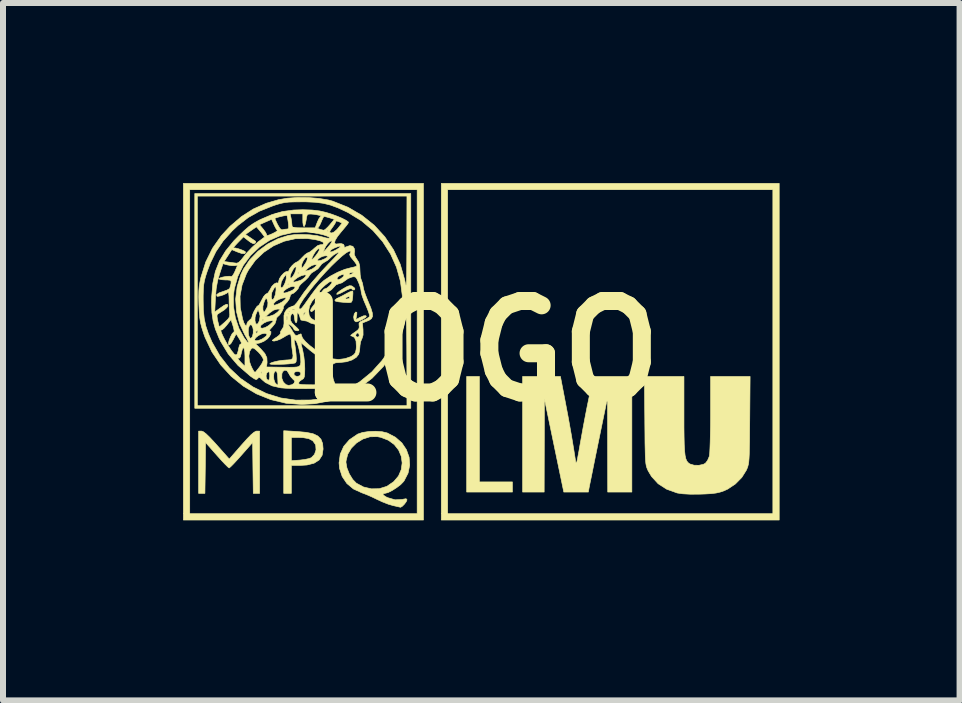
<source format=kicad_pcb>
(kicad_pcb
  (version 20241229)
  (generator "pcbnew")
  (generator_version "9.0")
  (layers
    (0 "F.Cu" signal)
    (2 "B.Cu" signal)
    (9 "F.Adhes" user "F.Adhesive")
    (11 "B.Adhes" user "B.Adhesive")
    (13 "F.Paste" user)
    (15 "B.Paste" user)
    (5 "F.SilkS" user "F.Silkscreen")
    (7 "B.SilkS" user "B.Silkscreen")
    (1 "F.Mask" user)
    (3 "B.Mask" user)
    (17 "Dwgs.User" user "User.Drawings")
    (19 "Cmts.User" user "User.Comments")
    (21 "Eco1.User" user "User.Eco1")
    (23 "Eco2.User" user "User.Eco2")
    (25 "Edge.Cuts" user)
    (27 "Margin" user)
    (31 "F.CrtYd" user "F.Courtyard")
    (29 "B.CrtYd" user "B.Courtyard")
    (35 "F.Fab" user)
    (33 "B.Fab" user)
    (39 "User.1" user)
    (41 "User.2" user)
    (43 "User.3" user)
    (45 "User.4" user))
  (footprint "LOGO"
    (layer "F.Cu")
    (at 4.958 2.799)
    (property "Reference" "LOGO" (at 0 0 0) (layer "F.SilkS") (effects (font (size 1.524 1.524) (thickness 0.3))))
    (attr through_hole)
    (fp_poly (pts (xy -0.021 2.18) (xy 0.529 2.18) (xy 0.529 2.349) (xy -0.233 2.349) (xy -0.233 0.423) (xy -0.021 0.423) (xy -0.021 2.18)) (stroke (width 0.01) (type solid)) (fill yes) (layer "F.SilkS"))
    (fp_poly (pts (xy -0.953 2.815) (xy -4.953 2.815) (xy -4.953 -2.688) (xy -4.847 -2.688) (xy -4.847 2.709) (xy -1.058 2.709) (xy -1.058 -2.688) (xy -4.847 -2.688) (xy -4.953 -2.688) (xy -4.953 -2.794) (xy -0.953 -2.794) (xy -0.953 2.815)) (stroke (width 0.01) (type solid)) (fill yes) (layer "F.SilkS"))
    (fp_poly (pts (xy 4.974 2.815) (xy -0.656 2.815) (xy -0.656 -2.688) (xy -0.55 -2.688) (xy -0.55 2.709) (xy 4.868 2.709) (xy 4.868 -2.688) (xy -0.55 -2.688) (xy -0.656 -2.688) (xy -0.656 -2.794) (xy 4.974 -2.794) (xy 4.974 2.815)) (stroke (width 0.01) (type solid)) (fill yes) (layer "F.SilkS"))
    (fp_poly (pts (xy -2.153 -1.087) (xy -2.139 -1.08) (xy -2.105 -1.054) (xy -2.095 -1.036) (xy -2.109 -1.017) (xy -2.136 -1.024) (xy -2.149 -1.038) (xy -2.174 -1.041) (xy -2.227 -1.02) (xy -2.275 -0.995) (xy -2.336 -0.964) (xy -2.381 -0.947) (xy -2.4 -0.948) (xy -2.389 -0.967) (xy -2.35 -1) (xy -2.297 -1.035) (xy -2.23 -1.073) (xy -2.186 -1.089) (xy -2.153 -1.087)) (stroke (width 0.01) (type solid)) (fill yes) (layer "F.SilkS"))
    (fp_poly (pts (xy -2.063 -0.645) (xy -2.064 -0.606) (xy -2.067 -0.592) (xy -2.08 -0.525) (xy -2.015 -0.559) (xy -1.948 -0.588) (xy -1.912 -0.589) (xy -1.905 -0.575) (xy -1.922 -0.557) (xy -1.964 -0.531) (xy -2.015 -0.506) (xy -2.06 -0.49) (xy -2.076 -0.487) (xy -2.101 -0.504) (xy -2.108 -0.517) (xy -2.116 -0.567) (xy -2.106 -0.618) (xy -2.084 -0.649) (xy -2.08 -0.651) (xy -2.063 -0.645)) (stroke (width 0.01) (type solid)) (fill yes) (layer "F.SilkS"))
    (fp_poly (pts (xy -2.131 -0.999) (xy -2.128 -0.97) (xy -2.131 -0.917) (xy -2.133 -0.894) (xy -2.141 -0.838) (xy -2.156 -0.813) (xy -2.191 -0.807) (xy -2.219 -0.808) (xy -2.295 -0.813) (xy -2.365 -0.82) (xy -2.419 -0.832) (xy -2.43 -0.849) (xy -2.4 -0.873) (xy -2.399 -0.874) (xy -2.26 -0.874) (xy -2.239 -0.868) (xy -2.228 -0.868) (xy -2.191 -0.876) (xy -2.18 -0.889) (xy -2.193 -0.909) (xy -2.232 -0.896) (xy -2.244 -0.889) (xy -2.26 -0.874) (xy -2.399 -0.874) (xy -2.376 -0.885) (xy -2.321 -0.912) (xy -2.253 -0.948) (xy -2.228 -0.962) (xy -2.175 -0.989) (xy -2.139 -1.001) (xy -2.131 -0.999)) (stroke (width 0.01) (type solid)) (fill yes) (layer "F.SilkS"))
    (fp_poly (pts (xy -3.057 1.34) (xy -2.907 1.354) (xy -2.793 1.377) (xy -2.713 1.415) (xy -2.661 1.468) (xy -2.633 1.54) (xy -2.625 1.632) (xy -2.641 1.736) (xy -2.691 1.814) (xy -2.775 1.868) (xy -2.893 1.898) (xy -3.005 1.905) (xy -3.154 1.905) (xy -3.154 2.371) (xy -3.281 2.371) (xy -3.281 1.826) (xy -3.154 1.826) (xy -3.01 1.816) (xy -2.929 1.806) (xy -2.86 1.791) (xy -2.82 1.776) (xy -2.768 1.721) (xy -2.743 1.647) (xy -2.748 1.571) (xy -2.756 1.552) (xy -2.798 1.494) (xy -2.864 1.459) (xy -2.96 1.442) (xy -3.022 1.44) (xy -3.154 1.439) (xy -3.154 1.826) (xy -3.281 1.826) (xy -3.281 1.327) (xy -3.057 1.34)) (stroke (width 0.01) (type solid)) (fill yes) (layer "F.SilkS"))
    (fp_poly (pts (xy -4.62 1.344) (xy -4.575 1.378) (xy -4.513 1.438) (xy -4.429 1.528) (xy -4.395 1.566) (xy -4.188 1.799) (xy -3.985 1.566) (xy -3.896 1.467) (xy -3.829 1.397) (xy -3.779 1.355) (xy -3.744 1.335) (xy -3.733 1.333) (xy -3.683 1.333) (xy -3.683 2.371) (xy -3.788 2.371) (xy -3.794 1.947) (xy -3.799 1.523) (xy -3.986 1.735) (xy -4.056 1.813) (xy -4.117 1.879) (xy -4.163 1.925) (xy -4.189 1.947) (xy -4.191 1.947) (xy -4.211 1.932) (xy -4.253 1.891) (xy -4.311 1.83) (xy -4.379 1.754) (xy -4.396 1.735) (xy -4.583 1.523) (xy -4.588 1.947) (xy -4.594 2.371) (xy -4.699 2.371) (xy -4.699 1.333) (xy -4.65 1.333) (xy -4.62 1.344)) (stroke (width 0.01) (type solid)) (fill yes) (layer "F.SilkS"))
    (fp_poly (pts (xy 1.405 0.82) (xy 1.461 1.116) (xy 1.511 1.398) (xy 1.554 1.657) (xy 1.578 1.81) (xy 1.584 1.847) (xy 1.59 1.865) (xy 1.597 1.861) (xy 1.606 1.83) (xy 1.618 1.769) (xy 1.636 1.673) (xy 1.654 1.569) (xy 1.681 1.419) (xy 1.71 1.258) (xy 1.741 1.095) (xy 1.772 0.936) (xy 1.802 0.79) (xy 1.828 0.663) (xy 1.85 0.564) (xy 1.864 0.503) (xy 1.885 0.423) (xy 2.519 0.423) (xy 2.519 2.349) (xy 2.117 2.349) (xy 2.115 1.561) (xy 2.114 0.773) (xy 1.966 1.492) (xy 1.931 1.664) (xy 1.898 1.825) (xy 1.869 1.97) (xy 1.844 2.094) (xy 1.824 2.191) (xy 1.811 2.256) (xy 1.806 2.281) (xy 1.794 2.349) (xy 1.385 2.349) (xy 1.062 0.794) (xy 1.06 1.572) (xy 1.058 2.349) (xy 0.699 2.349) (xy 0.699 0.423) (xy 1.329 0.423) (xy 1.405 0.82)) (stroke (width 0.01) (type solid)) (fill yes) (layer "F.SilkS"))
    (fp_poly (pts (xy 3.387 1.07) (xy 3.387 1.271) (xy 3.389 1.434) (xy 3.392 1.563) (xy 3.398 1.663) (xy 3.406 1.738) (xy 3.418 1.793) (xy 3.434 1.831) (xy 3.455 1.858) (xy 3.48 1.877) (xy 3.489 1.882) (xy 3.557 1.902) (xy 3.637 1.903) (xy 3.711 1.887) (xy 3.745 1.868) (xy 3.78 1.823) (xy 3.807 1.76) (xy 3.811 1.746) (xy 3.816 1.704) (xy 3.82 1.625) (xy 3.824 1.516) (xy 3.827 1.384) (xy 3.83 1.234) (xy 3.831 1.073) (xy 3.831 1.042) (xy 3.831 0.423) (xy 4.489 0.423) (xy 4.483 1.148) (xy 4.481 1.343) (xy 4.48 1.5) (xy 4.477 1.624) (xy 4.475 1.721) (xy 4.471 1.795) (xy 4.466 1.85) (xy 4.459 1.892) (xy 4.45 1.926) (xy 4.439 1.956) (xy 4.427 1.984) (xy 4.351 2.105) (xy 4.244 2.214) (xy 4.117 2.299) (xy 4.052 2.329) (xy 3.989 2.35) (xy 3.923 2.365) (xy 3.844 2.375) (xy 3.741 2.381) (xy 3.651 2.384) (xy 3.493 2.385) (xy 3.367 2.378) (xy 3.277 2.365) (xy 3.27 2.363) (xy 3.098 2.301) (xy 2.957 2.21) (xy 2.847 2.09) (xy 2.792 1.998) (xy 2.779 1.97) (xy 2.768 1.942) (xy 2.759 1.911) (xy 2.752 1.871) (xy 2.747 1.818) (xy 2.743 1.747) (xy 2.741 1.653) (xy 2.738 1.531) (xy 2.737 1.377) (xy 2.735 1.187) (xy 2.735 1.159) (xy 2.728 0.423) (xy 3.387 0.423) (xy 3.387 1.07)) (stroke (width 0.01) (type solid)) (fill yes) (layer "F.SilkS"))
    (fp_poly (pts (xy -1.641 1.344) (xy -1.557 1.364) (xy -1.421 1.435) (xy -1.313 1.53) (xy -1.237 1.643) (xy -1.192 1.769) (xy -1.182 1.9) (xy -1.209 2.033) (xy -1.274 2.16) (xy -1.285 2.175) (xy -1.332 2.224) (xy -1.399 2.275) (xy -1.473 2.322) (xy -1.542 2.357) (xy -1.592 2.37) (xy -1.593 2.37) (xy -1.626 2.378) (xy -1.622 2.398) (xy -1.584 2.425) (xy -1.55 2.442) (xy -1.426 2.478) (xy -1.305 2.472) (xy -1.286 2.467) (xy -1.243 2.46) (xy -1.228 2.475) (xy -1.228 2.481) (xy -1.241 2.511) (xy -1.271 2.551) (xy -1.306 2.586) (xy -1.333 2.602) (xy -1.335 2.602) (xy -1.359 2.597) (xy -1.411 2.585) (xy -1.46 2.574) (xy -1.539 2.551) (xy -1.634 2.514) (xy -1.725 2.472) (xy -1.725 2.472) (xy -1.814 2.429) (xy -1.906 2.389) (xy -1.981 2.361) (xy -1.981 2.361) (xy -2.119 2.298) (xy -2.229 2.206) (xy -2.307 2.09) (xy -2.351 1.955) (xy -2.359 1.863) (xy -2.358 1.856) (xy -2.244 1.856) (xy -2.228 1.947) (xy -2.188 2.047) (xy -2.132 2.138) (xy -2.071 2.201) (xy -1.953 2.264) (xy -1.822 2.295) (xy -1.69 2.293) (xy -1.567 2.255) (xy -1.562 2.253) (xy -1.449 2.176) (xy -1.369 2.082) (xy -1.323 1.975) (xy -1.308 1.864) (xy -1.323 1.753) (xy -1.367 1.649) (xy -1.44 1.557) (xy -1.539 1.485) (xy -1.664 1.437) (xy -1.722 1.426) (xy -1.844 1.428) (xy -1.961 1.465) (xy -2.067 1.53) (xy -2.154 1.617) (xy -2.215 1.719) (xy -2.243 1.832) (xy -2.244 1.856) (xy -2.358 1.856) (xy -2.339 1.716) (xy -2.281 1.587) (xy -2.186 1.477) (xy -2.054 1.387) (xy -2.048 1.383) (xy -1.968 1.356) (xy -1.863 1.34) (xy -1.749 1.336) (xy -1.641 1.344)) (stroke (width 0.01) (type solid)) (fill yes) (layer "F.SilkS"))
    (fp_poly (pts (xy -1.164 0.953) (xy -4.763 0.953) (xy -4.763 -2.582) (xy -4.72 -2.582) (xy -4.72 0.91) (xy -1.228 0.91) (xy -1.23 0.122) (xy -1.231 -0.093) (xy -1.233 -0.267) (xy -1.235 -0.4) (xy -1.238 -0.494) (xy -1.242 -0.549) (xy -1.247 -0.568) (xy -1.252 -0.551) (xy -1.28 -0.427) (xy -1.323 -0.287) (xy -1.376 -0.146) (xy -1.432 -0.022) (xy -1.463 0.034) (xy -1.623 0.259) (xy -1.809 0.453) (xy -2.02 0.613) (xy -2.251 0.738) (xy -2.501 0.827) (xy -2.767 0.877) (xy -2.979 0.889) (xy -3.243 0.869) (xy -3.496 0.809) (xy -3.735 0.713) (xy -3.956 0.583) (xy -4.156 0.421) (xy -4.33 0.231) (xy -4.477 0.014) (xy -4.591 -0.226) (xy -4.616 -0.296) (xy -4.646 -0.39) (xy -4.667 -0.471) (xy -4.68 -0.553) (xy -4.688 -0.65) (xy -4.694 -0.773) (xy -4.696 -0.857) (xy -4.623 -0.857) (xy -4.62 -0.687) (xy -4.606 -0.545) (xy -4.579 -0.417) (xy -4.536 -0.289) (xy -4.476 -0.15) (xy -4.345 0.079) (xy -4.186 0.282) (xy -4.001 0.455) (xy -3.794 0.597) (xy -3.569 0.707) (xy -3.331 0.781) (xy -3.082 0.817) (xy -2.827 0.815) (xy -2.724 0.802) (xy -2.475 0.742) (xy -2.236 0.644) (xy -2.014 0.512) (xy -1.814 0.348) (xy -1.642 0.156) (xy -1.552 0.026) (xy -1.432 -0.203) (xy -1.353 -0.44) (xy -1.311 -0.682) (xy -1.306 -0.925) (xy -1.337 -1.165) (xy -1.402 -1.397) (xy -1.501 -1.617) (xy -1.633 -1.823) (xy -1.795 -2.009) (xy -1.988 -2.172) (xy -2.209 -2.307) (xy -2.233 -2.319) (xy -2.375 -2.385) (xy -2.501 -2.432) (xy -2.622 -2.462) (xy -2.754 -2.479) (xy -2.908 -2.486) (xy -2.985 -2.486) (xy -3.104 -2.485) (xy -3.194 -2.482) (xy -3.266 -2.474) (xy -3.332 -2.46) (xy -3.405 -2.439) (xy -3.471 -2.416) (xy -3.686 -2.33) (xy -3.872 -2.225) (xy -4.043 -2.093) (xy -4.14 -2.002) (xy -4.291 -1.833) (xy -4.411 -1.656) (xy -4.507 -1.458) (xy -4.554 -1.333) (xy -4.583 -1.245) (xy -4.602 -1.173) (xy -4.614 -1.104) (xy -4.62 -1.024) (xy -4.623 -0.923) (xy -4.623 -0.857) (xy -4.696 -0.857) (xy -4.697 -0.902) (xy -4.695 -1.003) (xy -4.688 -1.088) (xy -4.673 -1.172) (xy -4.66 -1.23) (xy -4.58 -1.484) (xy -4.467 -1.714) (xy -4.319 -1.924) (xy -4.177 -2.077) (xy -3.986 -2.24) (xy -3.788 -2.367) (xy -3.573 -2.462) (xy -3.368 -2.522) (xy -3.219 -2.547) (xy -3.047 -2.559) (xy -2.867 -2.557) (xy -2.693 -2.543) (xy -2.537 -2.517) (xy -2.466 -2.498) (xy -2.21 -2.396) (xy -1.979 -2.261) (xy -1.773 -2.096) (xy -1.597 -1.904) (xy -1.452 -1.687) (xy -1.341 -1.449) (xy -1.267 -1.192) (xy -1.259 -1.154) (xy -1.252 -1.119) (xy -1.246 -1.099) (xy -1.242 -1.099) (xy -1.238 -1.121) (xy -1.235 -1.167) (xy -1.233 -1.242) (xy -1.232 -1.348) (xy -1.231 -1.488) (xy -1.23 -1.666) (xy -1.23 -1.794) (xy -1.228 -2.582) (xy -4.72 -2.582) (xy -4.763 -2.582) (xy -4.763 -2.625) (xy -1.164 -2.625) (xy -1.164 0.953)) (stroke (width 0.01) (type solid)) (fill yes) (layer "F.SilkS"))
    (fp_poly (pts (xy -2.81 -2.35) (xy -2.68 -2.334) (xy -2.576 -2.31) (xy -2.483 -2.281) (xy -2.391 -2.247) (xy -2.308 -2.212) (xy -2.244 -2.179) (xy -2.207 -2.153) (xy -2.201 -2.143) (xy -2.214 -2.12) (xy -2.249 -2.075) (xy -2.299 -2.015) (xy -2.318 -1.993) (xy -2.385 -1.909) (xy -2.424 -1.845) (xy -2.434 -1.802) (xy -2.415 -1.783) (xy -2.383 -1.786) (xy -2.325 -1.791) (xy -2.285 -1.778) (xy -2.272 -1.75) (xy -2.274 -1.743) (xy -2.275 -1.724) (xy -2.249 -1.733) (xy -2.245 -1.735) (xy -2.179 -1.757) (xy -2.129 -1.745) (xy -2.104 -1.705) (xy -2.1 -1.657) (xy -2.106 -1.63) (xy -2.103 -1.6) (xy -2.079 -1.554) (xy -2.066 -1.535) (xy -2.031 -1.479) (xy -2.015 -1.418) (xy -2.011 -1.344) (xy -2.007 -1.269) (xy -1.996 -1.206) (xy -1.987 -1.181) (xy -1.968 -1.128) (xy -1.957 -1.068) (xy -1.946 -1.017) (xy -1.921 -0.942) (xy -1.887 -0.855) (xy -1.875 -0.827) (xy -1.829 -0.716) (xy -1.805 -0.636) (xy -1.801 -0.58) (xy -1.819 -0.541) (xy -1.859 -0.513) (xy -1.885 -0.502) (xy -1.97 -0.468) (xy -1.96 -0.358) (xy -1.959 -0.267) (xy -1.977 -0.208) (xy -1.98 -0.203) (xy -2.001 -0.153) (xy -2.011 -0.088) (xy -2.011 -0.081) (xy -2.017 -0.012) (xy -2.031 0.05) (xy -2.032 0.053) (xy -2.072 0.104) (xy -2.143 0.148) (xy -2.236 0.178) (xy -2.338 0.19) (xy -2.342 0.19) (xy -2.414 0.195) (xy -2.453 0.21) (xy -2.464 0.224) (xy -2.476 0.292) (xy -2.473 0.379) (xy -2.457 0.465) (xy -2.445 0.501) (xy -2.424 0.556) (xy -2.413 0.596) (xy -2.413 0.601) (xy -2.433 0.608) (xy -2.488 0.614) (xy -2.571 0.619) (xy -2.675 0.623) (xy -2.792 0.625) (xy -2.915 0.626) (xy -3.038 0.625) (xy -3.152 0.623) (xy -3.251 0.619) (xy -3.328 0.613) (xy -3.334 0.612) (xy -3.474 0.58) (xy -3.587 0.523) (xy -3.639 0.479) (xy -3.675 0.444) (xy -3.697 0.44) (xy -3.714 0.457) (xy -3.731 0.473) (xy -3.756 0.47) (xy -3.796 0.446) (xy -3.842 0.413) (xy -3.575 0.413) (xy -3.569 0.457) (xy -3.547 0.484) (xy -3.535 0.487) (xy -3.521 0.468) (xy -3.514 0.422) (xy -3.514 0.412) (xy -3.45 0.412) (xy -3.445 0.472) (xy -3.428 0.523) (xy -3.416 0.539) (xy -3.388 0.563) (xy -3.378 0.567) (xy -3.377 0.544) (xy -3.379 0.492) (xy -3.381 0.453) (xy -3.313 0.453) (xy -3.287 0.517) (xy -3.242 0.56) (xy -3.198 0.572) (xy -3.144 0.56) (xy -3.11 0.538) (xy -3.105 0.529) (xy -3.033 0.529) (xy -3.032 0.543) (xy -3.016 0.552) (xy -2.978 0.558) (xy -2.913 0.561) (xy -2.814 0.562) (xy -2.774 0.562) (xy -2.506 0.561) (xy -2.527 0.471) (xy -2.535 0.342) (xy -2.525 0.286) (xy -2.504 0.191) (xy -2.612 0.141) (xy -2.681 0.103) (xy -2.765 0.047) (xy -2.847 -0.016) (xy -2.858 -0.026) (xy -2.997 -0.143) (xy -2.963 -0.003) (xy -2.945 0.095) (xy -2.933 0.208) (xy -2.93 0.296) (xy -2.932 0.379) (xy -2.938 0.429) (xy -2.951 0.457) (xy -2.973 0.473) (xy -2.978 0.475) (xy -3.018 0.504) (xy -3.033 0.529) (xy -3.105 0.529) (xy -3.095 0.509) (xy -3.111 0.483) (xy -3.127 0.469) (xy -3.169 0.422) (xy -3.19 0.384) (xy -3.112 0.384) (xy -3.097 0.409) (xy -3.06 0.423) (xy -3.019 0.414) (xy -2.999 0.394) (xy -2.997 0.358) (xy -3.03 0.341) (xy -3.062 0.339) (xy -3.102 0.352) (xy -3.112 0.384) (xy -3.19 0.384) (xy -3.195 0.376) (xy -3.226 0.328) (xy -3.264 0.317) (xy -3.298 0.342) (xy -3.312 0.379) (xy -3.313 0.453) (xy -3.381 0.453) (xy -3.382 0.441) (xy -3.389 0.371) (xy -3.401 0.337) (xy -3.418 0.331) (xy -3.42 0.332) (xy -3.442 0.36) (xy -3.45 0.412) (xy -3.514 0.412) (xy -3.514 0.411) (xy -3.52 0.357) (xy -3.538 0.343) (xy -3.54 0.344) (xy -3.566 0.37) (xy -3.575 0.413) (xy -3.842 0.413) (xy -3.843 0.412) (xy -3.903 0.36) (xy -3.662 0.36) (xy -3.654 0.377) (xy -3.648 0.374) (xy -3.645 0.349) (xy -3.648 0.346) (xy -3.66 0.349) (xy -3.662 0.36) (xy -3.903 0.36) (xy -4.043 0.239) (xy -4.143 0.122) (xy -4.047 0.122) (xy -4.027 0.15) (xy -4.002 0.179) (xy -3.96 0.222) (xy -3.933 0.249) (xy -3.928 0.254) (xy -3.927 0.235) (xy -3.927 0.183) (xy -3.927 0.111) (xy -3.927 0.101) (xy -3.927 0.082) (xy -3.862 0.082) (xy -3.852 0.169) (xy -3.849 0.181) (xy -3.83 0.238) (xy -3.804 0.293) (xy -3.779 0.337) (xy -3.76 0.356) (xy -3.756 0.355) (xy -3.741 0.337) (xy -3.708 0.296) (xy -3.685 0.267) (xy -3.646 0.21) (xy -3.623 0.16) (xy -3.619 0.143) (xy -3.634 0.105) (xy -3.671 0.053) (xy -3.704 0.016) (xy -3.757 -0.032) (xy -3.791 -0.052) (xy -3.815 -0.047) (xy -3.818 -0.044) (xy -3.85 0.007) (xy -3.862 0.082) (xy -3.927 0.082) (xy -3.93 0.013) (xy -3.94 -0.04) (xy -3.953 -0.057) (xy -3.969 -0.036) (xy -3.986 0.025) (xy -3.987 0.032) (xy -4.002 0.092) (xy -4.018 0.117) (xy -4.04 0.116) (xy -4.047 0.122) (xy -4.143 0.122) (xy -4.206 0.047) (xy -4.335 -0.166) (xy -4.361 -0.221) (xy -4.412 -0.347) (xy -4.33 -0.347) (xy -4.322 -0.314) (xy -4.299 -0.26) (xy -4.265 -0.192) (xy -4.224 -0.119) (xy -4.179 -0.048) (xy -4.148 -0.002) (xy -4.105 0.051) (xy -4.075 0.067) (xy -4.054 0.046) (xy -4.037 -0.015) (xy -4.031 -0.049) (xy -4.015 -0.105) (xy -3.994 -0.12) (xy -3.989 -0.119) (xy -3.988 -0.121) (xy -3.75 -0.121) (xy -3.664 -0.037) (xy -3.596 0.04) (xy -3.562 0.111) (xy -3.558 0.188) (xy -3.56 0.207) (xy -3.568 0.265) (xy -3.298 0.269) (xy -3.186 0.27) (xy -3.109 0.269) (xy -3.059 0.265) (xy -3.03 0.257) (xy -3.013 0.244) (xy -3.004 0.229) (xy -2.996 0.187) (xy -2.999 0.121) (xy -3.01 0.042) (xy -3.028 -0.04) (xy -3.049 -0.113) (xy -3.072 -0.167) (xy -3.094 -0.19) (xy -3.097 -0.191) (xy -3.107 -0.174) (xy -3.103 -0.143) (xy -3.094 -0.097) (xy -3.084 -0.026) (xy -3.076 0.047) (xy -3.071 0.127) (xy -3.074 0.174) (xy -3.086 0.195) (xy -3.093 0.199) (xy -3.135 0.207) (xy -3.202 0.214) (xy -3.281 0.219) (xy -3.363 0.221) (xy -3.436 0.222) (xy -3.49 0.22) (xy -3.513 0.214) (xy -3.514 0.213) (xy -3.495 0.198) (xy -3.445 0.181) (xy -3.376 0.165) (xy -3.3 0.154) (xy -3.228 0.148) (xy -3.218 0.148) (xy -3.161 0.143) (xy -3.132 0.122) (xy -3.126 0.076) (xy -3.135 0.011) (xy -3.146 -0.067) (xy -3.152 -0.153) (xy -3.153 -0.173) (xy -3.157 -0.234) (xy -3.165 -0.275) (xy -3.171 -0.283) (xy -3.196 -0.278) (xy -3.243 -0.254) (xy -3.28 -0.231) (xy -3.338 -0.199) (xy -3.397 -0.176) (xy -3.444 -0.166) (xy -3.47 -0.173) (xy -3.471 -0.178) (xy -3.455 -0.194) (xy -3.415 -0.222) (xy -3.397 -0.233) (xy -3.354 -0.266) (xy -3.335 -0.293) (xy -3.336 -0.299) (xy -3.333 -0.328) (xy -3.309 -0.363) (xy -3.284 -0.405) (xy -3.278 -0.446) (xy -3.206 -0.446) (xy -3.204 -0.442) (xy -3.181 -0.406) (xy -3.147 -0.353) (xy -3.136 -0.333) (xy -3.102 -0.282) (xy -3.08 -0.259) (xy -3.056 -0.261) (xy -3.025 -0.276) (xy -2.994 -0.287) (xy -2.985 -0.266) (xy -2.985 -0.259) (xy -2.967 -0.215) (xy -2.919 -0.158) (xy -2.848 -0.093) (xy -2.762 -0.028) (xy -2.669 0.034) (xy -2.576 0.086) (xy -2.491 0.122) (xy -2.466 0.129) (xy -2.367 0.14) (xy -2.259 0.126) (xy -2.163 0.093) (xy -2.148 0.084) (xy -2.107 0.055) (xy -2.085 0.021) (xy -2.074 -0.031) (xy -2.071 -0.074) (xy -2.076 -0.168) (xy -2.103 -0.228) (xy -2.152 -0.253) (xy -2.163 -0.254) (xy -2.163 -0.262) (xy -2.085 -0.262) (xy -2.067 -0.237) (xy -2.043 -0.233) (xy -2.024 -0.249) (xy -2.026 -0.276) (xy -2.04 -0.304) (xy -2.065 -0.295) (xy -2.066 -0.294) (xy -2.085 -0.262) (xy -2.163 -0.262) (xy -2.162 -0.264) (xy -2.132 -0.289) (xy -2.101 -0.311) (xy -2.048 -0.349) (xy -2.025 -0.38) (xy -2.023 -0.416) (xy -2.025 -0.424) (xy -2.027 -0.461) (xy -2.01 -0.486) (xy -1.963 -0.51) (xy -1.949 -0.516) (xy -1.893 -0.543) (xy -1.857 -0.57) (xy -1.851 -0.578) (xy -1.854 -0.609) (xy -1.873 -0.667) (xy -1.903 -0.742) (xy -1.915 -0.77) (xy -1.95 -0.852) (xy -1.976 -0.925) (xy -1.989 -0.978) (xy -1.99 -0.987) (xy -1.998 -1.037) (xy -2.019 -1.105) (xy -2.034 -1.143) (xy -2.062 -1.203) (xy -2.084 -1.232) (xy -2.112 -1.239) (xy -2.145 -1.234) (xy -2.209 -1.209) (xy -2.262 -1.171) (xy -2.312 -1.137) (xy -2.36 -1.122) (xy -2.361 -1.122) (xy -2.409 -1.104) (xy -2.443 -1.068) (xy -2.486 -1.022) (xy -2.529 -0.995) (xy -2.557 -0.981) (xy -2.571 -0.958) (xy -2.572 -0.915) (xy -2.567 -0.857) (xy -2.563 -0.782) (xy -2.57 -0.731) (xy -2.593 -0.688) (xy -2.6 -0.677) (xy -2.631 -0.625) (xy -2.646 -0.581) (xy -2.646 -0.577) (xy -2.663 -0.51) (xy -2.708 -0.465) (xy -2.768 -0.448) (xy -2.833 -0.466) (xy -2.848 -0.476) (xy -2.901 -0.5) (xy -2.947 -0.507) (xy -2.993 -0.517) (xy -3.006 -0.546) (xy -3.018 -0.595) (xy -3.018 -0.595) (xy -2.958 -0.595) (xy -2.942 -0.605) (xy -2.94 -0.608) (xy -2.923 -0.636) (xy -2.925 -0.646) (xy -2.941 -0.64) (xy -2.951 -0.62) (xy -2.958 -0.595) (xy -3.018 -0.595) (xy -3.033 -0.622) (xy -3.05 -0.64) (xy -3.057 -0.63) (xy -3.058 -0.585) (xy -3.058 -0.562) (xy -3.06 -0.498) (xy -3.072 -0.472) (xy -3.078 -0.472) (xy -3.093 -0.497) (xy -3.101 -0.546) (xy -3.101 -0.552) (xy -3.111 -0.607) (xy -3.132 -0.627) (xy -3.156 -0.611) (xy -3.171 -0.559) (xy -3.168 -0.51) (xy -3.143 -0.467) (xy -3.102 -0.427) (xy -3.058 -0.386) (xy -3.031 -0.357) (xy -3.027 -0.35) (xy -3.043 -0.338) (xy -3.076 -0.34) (xy -3.105 -0.353) (xy -3.112 -0.365) (xy -3.128 -0.395) (xy -3.166 -0.431) (xy -3.168 -0.432) (xy -3.2 -0.451) (xy -3.206 -0.446) (xy -3.278 -0.446) (xy -3.276 -0.463) (xy -3.277 -0.516) (xy -3.277 -0.55) (xy -3.235 -0.55) (xy -3.232 -0.52) (xy -3.224 -0.524) (xy -3.222 -0.567) (xy -3.224 -0.577) (xy -3.232 -0.579) (xy -3.235 -0.55) (xy -3.277 -0.55) (xy -3.277 -0.593) (xy -3.268 -0.624) (xy -3.217 -0.624) (xy -3.207 -0.614) (xy -3.196 -0.624) (xy -3.207 -0.635) (xy -3.217 -0.624) (xy -3.268 -0.624) (xy -3.262 -0.646) (xy -3.249 -0.667) (xy -3.196 -0.667) (xy -3.186 -0.656) (xy -3.175 -0.667) (xy -3.177 -0.669) (xy -2.866 -0.669) (xy -2.857 -0.596) (xy -2.826 -0.546) (xy -2.773 -0.513) (xy -2.737 -0.518) (xy -2.722 -0.541) (xy -2.711 -0.592) (xy -2.709 -0.618) (xy -2.697 -0.664) (xy -2.667 -0.714) (xy -2.636 -0.77) (xy -2.625 -0.827) (xy -2.636 -0.87) (xy -2.646 -0.878) (xy -2.657 -0.875) (xy -2.653 -0.857) (xy -2.66 -0.817) (xy -2.704 -0.758) (xy -2.721 -0.739) (xy -2.769 -0.693) (xy -2.806 -0.663) (xy -2.819 -0.656) (xy -2.836 -0.67) (xy -2.824 -0.707) (xy -2.784 -0.762) (xy -2.772 -0.776) (xy -2.737 -0.824) (xy -2.72 -0.86) (xy -2.721 -0.869) (xy -2.742 -0.887) (xy -2.771 -0.874) (xy -2.812 -0.826) (xy -2.813 -0.823) (xy -2.851 -0.749) (xy -2.866 -0.669) (xy -3.177 -0.669) (xy -3.186 -0.677) (xy -3.196 -0.667) (xy -3.249 -0.667) (xy -3.239 -0.682) (xy -3.145 -0.682) (xy -3.124 -0.679) (xy -3.096 -0.683) (xy -3.096 -0.69) (xy -3.124 -0.695) (xy -3.137 -0.692) (xy -3.145 -0.682) (xy -3.239 -0.682) (xy -3.239 -0.683) (xy -3.195 -0.723) (xy -3.16 -0.737) (xy -3.026 -0.737) (xy -3.025 -0.708) (xy -3.022 -0.704) (xy -3.006 -0.698) (xy -2.98 -0.718) (xy -2.941 -0.767) (xy -2.889 -0.841) (xy -2.827 -0.929) (xy -2.78 -0.992) (xy -2.688 -0.992) (xy -2.676 -0.974) (xy -2.651 -0.981) (xy -2.632 -1.005) (xy -2.606 -1.034) (xy -2.591 -1.037) (xy -2.558 -1.052) (xy -2.518 -1.086) (xy -2.486 -1.124) (xy -2.477 -1.147) (xy -2.489 -1.164) (xy -2.527 -1.148) (xy -2.588 -1.101) (xy -2.603 -1.088) (xy -2.651 -1.042) (xy -2.681 -1.006) (xy -2.688 -0.992) (xy -2.78 -0.992) (xy -2.761 -1.018) (xy -2.702 -1.091) (xy -2.689 -1.106) (xy -2.609 -1.178) (xy -2.553 -1.215) (xy -2.392 -1.215) (xy -2.386 -1.189) (xy -2.361 -1.191) (xy -2.329 -1.206) (xy -2.292 -1.237) (xy -2.279 -1.257) (xy -2.278 -1.272) (xy -2.192 -1.272) (xy -2.167 -1.276) (xy -2.138 -1.291) (xy -2.118 -1.308) (xy -2.137 -1.312) (xy -2.142 -1.312) (xy -2.18 -1.301) (xy -2.191 -1.291) (xy -2.192 -1.272) (xy -2.278 -1.272) (xy -2.278 -1.276) (xy -2.301 -1.276) (xy -2.33 -1.266) (xy -2.373 -1.243) (xy -2.392 -1.216) (xy -2.392 -1.215) (xy -2.553 -1.215) (xy -2.503 -1.249) (xy -2.382 -1.313) (xy -2.263 -1.362) (xy -2.164 -1.388) (xy -2.106 -1.401) (xy -2.068 -1.415) (xy -2.063 -1.42) (xy -2.069 -1.444) (xy -2.099 -1.487) (xy -2.126 -1.52) (xy -2.169 -1.573) (xy -2.183 -1.607) (xy -2.176 -1.626) (xy -2.161 -1.654) (xy -2.165 -1.664) (xy -2.193 -1.664) (xy -2.244 -1.635) (xy -2.312 -1.581) (xy -2.394 -1.507) (xy -2.487 -1.417) (xy -2.585 -1.315) (xy -2.684 -1.205) (xy -2.78 -1.092) (xy -2.87 -0.979) (xy -2.949 -0.872) (xy -2.959 -0.858) (xy -3.005 -0.784) (xy -3.026 -0.737) (xy -3.16 -0.737) (xy -3.15 -0.741) (xy -3.147 -0.741) (xy -3.105 -0.758) (xy -3.058 -0.811) (xy -3.037 -0.841) (xy -2.942 -0.979) (xy -2.82 -1.135) (xy -2.678 -1.299) (xy -2.524 -1.464) (xy -2.521 -1.466) (xy -2.442 -1.548) (xy -2.392 -1.604) (xy -2.367 -1.635) (xy -2.367 -1.646) (xy -2.388 -1.639) (xy -2.392 -1.637) (xy -2.452 -1.6) (xy -2.499 -1.559) (xy -2.502 -1.555) (xy -2.55 -1.512) (xy -2.598 -1.484) (xy -2.648 -1.451) (xy -2.678 -1.412) (xy -2.711 -1.371) (xy -2.763 -1.335) (xy -2.767 -1.333) (xy -2.817 -1.302) (xy -2.847 -1.268) (xy -2.848 -1.265) (xy -2.871 -1.23) (xy -2.916 -1.184) (xy -2.944 -1.16) (xy -2.992 -1.118) (xy -3.022 -1.084) (xy -3.027 -1.072) (xy -3.042 -1.038) (xy -3.078 -0.997) (xy -3.119 -0.963) (xy -3.147 -0.953) (xy -3.169 -0.935) (xy -3.175 -0.909) (xy -3.189 -0.866) (xy -3.225 -0.815) (xy -3.236 -0.804) (xy -3.272 -0.764) (xy -3.288 -0.737) (xy -3.287 -0.733) (xy -3.288 -0.708) (xy -3.308 -0.666) (xy -3.336 -0.62) (xy -3.365 -0.586) (xy -3.377 -0.579) (xy -3.401 -0.551) (xy -3.408 -0.514) (xy -3.425 -0.461) (xy -3.471 -0.403) (xy -3.474 -0.4) (xy -3.508 -0.363) (xy -3.52 -0.341) (xy -3.516 -0.339) (xy -3.494 -0.324) (xy -3.496 -0.288) (xy -3.52 -0.242) (xy -3.551 -0.205) (xy -3.611 -0.163) (xy -3.675 -0.136) (xy -3.68 -0.135) (xy -3.75 -0.121) (xy -3.988 -0.121) (xy -3.983 -0.129) (xy -3.998 -0.164) (xy -4.017 -0.198) (xy -4.073 -0.288) (xy -4.125 -0.186) (xy -4.162 -0.124) (xy -4.189 -0.102) (xy -4.199 -0.106) (xy -4.202 -0.134) (xy -4.189 -0.184) (xy -4.166 -0.241) (xy -4.14 -0.29) (xy -4.115 -0.316) (xy -4.11 -0.318) (xy -4.106 -0.335) (xy -4.115 -0.381) (xy -4.126 -0.42) (xy -4.159 -0.523) (xy -4.231 -0.431) (xy -4.273 -0.383) (xy -4.307 -0.354) (xy -4.321 -0.351) (xy -4.33 -0.347) (xy -4.412 -0.347) (xy -4.419 -0.363) (xy -4.457 -0.499) (xy -4.478 -0.641) (xy -4.478 -0.651) (xy -4.43 -0.651) (xy -4.339 -0.717) (xy -4.274 -0.762) (xy -4.234 -0.78) (xy -4.216 -0.774) (xy -4.212 -0.753) (xy -4.229 -0.724) (xy -4.27 -0.687) (xy -4.29 -0.674) (xy -4.342 -0.641) (xy -4.38 -0.616) (xy -4.387 -0.612) (xy -4.393 -0.586) (xy -4.387 -0.533) (xy -4.38 -0.5) (xy -4.355 -0.401) (xy -4.263 -0.481) (xy -4.21 -0.532) (xy -4.184 -0.57) (xy -4.18 -0.608) (xy -4.181 -0.622) (xy -4.186 -0.673) (xy -4.19 -0.75) (xy -4.191 -0.838) (xy -4.191 -0.844) (xy -4.193 -0.917) (xy -4.194 -0.924) (xy -4.12 -0.924) (xy -4.118 -0.74) (xy -4.087 -0.554) (xy -4.028 -0.379) (xy -3.945 -0.227) (xy -3.935 -0.212) (xy -3.891 -0.155) (xy -3.867 -0.134) (xy -3.864 -0.146) (xy -3.883 -0.188) (xy -3.883 -0.189) (xy -3.768 -0.189) (xy -3.751 -0.171) (xy -3.709 -0.174) (xy -3.652 -0.196) (xy -3.625 -0.211) (xy -3.573 -0.25) (xy -3.559 -0.279) (xy -3.581 -0.294) (xy -3.606 -0.296) (xy -3.652 -0.285) (xy -3.705 -0.257) (xy -3.748 -0.222) (xy -3.768 -0.191) (xy -3.768 -0.189) (xy -3.883 -0.189) (xy -3.922 -0.259) (xy -3.927 -0.267) (xy -3.951 -0.317) (xy -3.872 -0.317) (xy -3.865 -0.261) (xy -3.848 -0.221) (xy -3.831 -0.212) (xy -3.81 -0.229) (xy -3.802 -0.245) (xy -3.789 -0.301) (xy -3.789 -0.318) (xy -3.747 -0.318) (xy -3.739 -0.297) (xy -3.737 -0.296) (xy -3.719 -0.311) (xy -3.715 -0.318) (xy -3.716 -0.337) (xy -3.724 -0.339) (xy -3.746 -0.323) (xy -3.747 -0.318) (xy -3.789 -0.318) (xy -3.789 -0.358) (xy -3.799 -0.406) (xy -3.804 -0.414) (xy -3.669 -0.414) (xy -3.667 -0.387) (xy -3.638 -0.38) (xy -3.593 -0.391) (xy -3.541 -0.419) (xy -3.509 -0.444) (xy -3.468 -0.483) (xy -3.456 -0.501) (xy -3.471 -0.507) (xy -3.488 -0.507) (xy -3.549 -0.496) (xy -3.611 -0.468) (xy -3.657 -0.432) (xy -3.669 -0.414) (xy -3.804 -0.414) (xy -3.817 -0.435) (xy -3.84 -0.437) (xy -3.854 -0.421) (xy -3.87 -0.375) (xy -3.872 -0.317) (xy -3.951 -0.317) (xy -4.016 -0.456) (xy -4.068 -0.657) (xy -4.082 -0.865) (xy -4.076 -0.915) (xy -4.009 -0.915) (xy -4.005 -0.726) (xy -3.966 -0.534) (xy -3.945 -0.471) (xy -3.922 -0.432) (xy -3.904 -0.421) (xy -3.895 -0.444) (xy -3.895 -0.455) (xy -3.878 -0.49) (xy -3.857 -0.508) (xy -3.76 -0.508) (xy -3.75 -0.463) (xy -3.728 -0.445) (xy -3.727 -0.445) (xy -3.708 -0.462) (xy -3.687 -0.505) (xy -3.686 -0.509) (xy -3.684 -0.519) (xy -3.641 -0.519) (xy -3.63 -0.508) (xy -3.619 -0.519) (xy -3.63 -0.529) (xy -3.641 -0.519) (xy -3.684 -0.519) (xy -3.677 -0.568) (xy -3.588 -0.568) (xy -3.514 -0.581) (xy -3.446 -0.605) (xy -3.387 -0.646) (xy -3.335 -0.699) (xy -3.392 -0.699) (xy -3.452 -0.681) (xy -3.517 -0.635) (xy -3.519 -0.633) (xy -3.588 -0.568) (xy -3.677 -0.568) (xy -3.675 -0.585) (xy -3.686 -0.631) (xy -3.708 -0.688) (xy -3.628 -0.688) (xy -3.628 -0.687) (xy -3.616 -0.65) (xy -3.603 -0.652) (xy -3.588 -0.671) (xy -3.559 -0.725) (xy -3.548 -0.754) (xy -3.546 -0.78) (xy -3.45 -0.78) (xy -3.445 -0.765) (xy -3.425 -0.766) (xy -3.378 -0.783) (xy -3.36 -0.79) (xy -3.303 -0.821) (xy -3.26 -0.857) (xy -3.26 -0.858) (xy -3.242 -0.882) (xy -3.251 -0.89) (xy -3.294 -0.883) (xy -3.301 -0.882) (xy -3.364 -0.86) (xy -3.417 -0.827) (xy -3.448 -0.792) (xy -3.45 -0.78) (xy -3.546 -0.78) (xy -3.544 -0.808) (xy -3.554 -0.849) (xy -3.567 -0.879) (xy -3.579 -0.879) (xy -3.596 -0.846) (xy -3.607 -0.82) (xy -3.628 -0.748) (xy -3.628 -0.688) (xy -3.708 -0.688) (xy -3.709 -0.688) (xy -3.741 -0.621) (xy -3.758 -0.566) (xy -3.76 -0.508) (xy -3.857 -0.508) (xy -3.852 -0.513) (xy -3.819 -0.544) (xy -3.81 -0.567) (xy -3.802 -0.602) (xy -3.781 -0.651) (xy -3.754 -0.701) (xy -3.729 -0.74) (xy -3.712 -0.755) (xy -3.71 -0.754) (xy -3.696 -0.764) (xy -3.671 -0.804) (xy -3.649 -0.847) (xy -3.618 -0.904) (xy -3.489 -0.904) (xy -3.483 -0.873) (xy -3.47 -0.852) (xy -3.454 -0.863) (xy -3.439 -0.889) (xy -3.418 -0.948) (xy -3.416 -0.967) (xy -3.288 -0.967) (xy -3.261 -0.968) (xy -3.24 -0.973) (xy -3.178 -0.995) (xy -3.136 -1.014) (xy -3.099 -1.043) (xy -3.093 -1.068) (xy -3.121 -1.079) (xy -3.123 -1.079) (xy -3.173 -1.068) (xy -3.229 -1.04) (xy -3.274 -1.006) (xy -3.287 -0.987) (xy -3.288 -0.967) (xy -3.416 -0.967) (xy -3.409 -1.016) (xy -3.411 -1.063) (xy -3.418 -1.074) (xy -3.437 -1.053) (xy -3.441 -1.048) (xy -3.479 -0.976) (xy -3.489 -0.904) (xy -3.618 -0.904) (xy -3.617 -0.905) (xy -3.586 -0.944) (xy -3.57 -0.953) (xy -3.542 -0.97) (xy -3.515 -1.013) (xy -3.514 -1.014) (xy -3.481 -1.075) (xy -3.472 -1.084) (xy -3.332 -1.084) (xy -3.328 -1.061) (xy -3.313 -1.053) (xy -3.291 -1.074) (xy -3.269 -1.111) (xy -3.217 -1.111) (xy -3.207 -1.101) (xy -3.196 -1.111) (xy -3.207 -1.122) (xy -3.217 -1.111) (xy -3.269 -1.111) (xy -3.267 -1.115) (xy -3.253 -1.152) (xy -3.127 -1.152) (xy -3.113 -1.148) (xy -3.078 -1.155) (xy -3.021 -1.172) (xy -2.983 -1.187) (xy -2.94 -1.218) (xy -2.922 -1.237) (xy -2.906 -1.263) (xy -2.924 -1.27) (xy -2.93 -1.27) (xy -2.985 -1.257) (xy -3.049 -1.225) (xy -3.103 -1.184) (xy -3.111 -1.175) (xy -3.127 -1.152) (xy -3.253 -1.152) (xy -3.248 -1.164) (xy -3.239 -1.212) (xy -3.239 -1.217) (xy -3.239 -1.22) (xy -3.173 -1.22) (xy -3.157 -1.215) (xy -3.154 -1.217) (xy -3.13 -1.244) (xy -3.101 -1.291) (xy -3.099 -1.294) (xy -3.097 -1.302) (xy -3.048 -1.302) (xy -3.037 -1.291) (xy -3.027 -1.302) (xy -3.037 -1.312) (xy -3.048 -1.302) (xy -3.097 -1.302) (xy -3.086 -1.33) (xy -2.932 -1.33) (xy -2.868 -1.344) (xy -2.807 -1.368) (xy -2.763 -1.398) (xy -2.735 -1.428) (xy -2.738 -1.438) (xy -2.767 -1.439) (xy -2.812 -1.426) (xy -2.865 -1.392) (xy -2.872 -1.385) (xy -2.932 -1.33) (xy -3.086 -1.33) (xy -3.079 -1.348) (xy -3.074 -1.392) (xy -3.074 -1.393) (xy -3.085 -1.407) (xy -3.106 -1.388) (xy -3.128 -1.355) (xy -3.157 -1.3) (xy -3.173 -1.251) (xy -3.173 -1.22) (xy -3.239 -1.22) (xy -3.239 -1.281) (xy -3.28 -1.228) (xy -3.321 -1.154) (xy -3.332 -1.084) (xy -3.472 -1.084) (xy -3.44 -1.118) (xy -3.403 -1.137) (xy -3.388 -1.133) (xy -3.37 -1.138) (xy -3.365 -1.161) (xy -3.353 -1.205) (xy -3.321 -1.254) (xy -3.281 -1.298) (xy -3.243 -1.323) (xy -3.225 -1.325) (xy -3.2 -1.329) (xy -3.196 -1.34) (xy -3.182 -1.373) (xy -3.149 -1.416) (xy -2.985 -1.416) (xy -2.983 -1.386) (xy -2.973 -1.387) (xy -2.945 -1.421) (xy -2.911 -1.474) (xy -2.892 -1.515) (xy -2.72 -1.515) (xy -2.709 -1.504) (xy -2.703 -1.504) (xy -2.658 -1.512) (xy -2.603 -1.535) (xy -2.602 -1.535) (xy -2.554 -1.564) (xy -2.544 -1.581) (xy -2.574 -1.587) (xy -2.591 -1.587) (xy -2.63 -1.579) (xy -2.672 -1.56) (xy -2.705 -1.536) (xy -2.72 -1.515) (xy -2.892 -1.515) (xy -2.891 -1.519) (xy -2.889 -1.53) (xy -2.815 -1.53) (xy -2.804 -1.529) (xy -2.778 -1.553) (xy -2.745 -1.591) (xy -2.714 -1.634) (xy -2.71 -1.64) (xy -2.625 -1.64) (xy -2.61 -1.657) (xy -2.513 -1.657) (xy -2.499 -1.65) (xy -2.462 -1.66) (xy -2.408 -1.687) (xy -2.397 -1.693) (xy -2.353 -1.722) (xy -2.329 -1.742) (xy -2.328 -1.744) (xy -2.345 -1.748) (xy -2.385 -1.738) (xy -2.433 -1.719) (xy -2.477 -1.697) (xy -2.496 -1.683) (xy -2.513 -1.657) (xy -2.61 -1.657) (xy -2.551 -1.723) (xy -2.509 -1.774) (xy -2.482 -1.813) (xy -2.477 -1.826) (xy -2.487 -1.838) (xy -2.514 -1.823) (xy -2.548 -1.79) (xy -2.579 -1.748) (xy -2.598 -1.712) (xy -2.625 -1.64) (xy -2.71 -1.64) (xy -2.693 -1.67) (xy -2.688 -1.686) (xy -2.693 -1.708) (xy -2.716 -1.697) (xy -2.721 -1.692) (xy -2.753 -1.655) (xy -2.786 -1.603) (xy -2.809 -1.554) (xy -2.815 -1.53) (xy -2.889 -1.53) (xy -2.886 -1.555) (xy -2.896 -1.566) (xy -2.924 -1.549) (xy -2.955 -1.506) (xy -2.978 -1.454) (xy -2.985 -1.416) (xy -3.149 -1.416) (xy -3.148 -1.417) (xy -3.107 -1.458) (xy -3.072 -1.48) (xy -3.065 -1.482) (xy -3.039 -1.496) (xy -2.998 -1.534) (xy -2.976 -1.557) (xy -2.93 -1.603) (xy -2.889 -1.633) (xy -2.876 -1.637) (xy -2.841 -1.654) (xy -2.793 -1.692) (xy -2.772 -1.712) (xy -2.716 -1.757) (xy -2.671 -1.772) (xy -2.665 -1.771) (xy -2.629 -1.776) (xy -2.616 -1.79) (xy -2.627 -1.815) (xy -2.677 -1.838) (xy -2.763 -1.858) (xy -2.882 -1.874) (xy -2.9 -1.875) (xy -3.087 -1.872) (xy -3.272 -1.83) (xy -3.449 -1.754) (xy -3.611 -1.647) (xy -3.753 -1.513) (xy -3.866 -1.355) (xy -3.903 -1.287) (xy -3.975 -1.1) (xy -4.009 -0.915) (xy -4.076 -0.915) (xy -4.057 -1.073) (xy -3.995 -1.275) (xy -3.953 -1.363) (xy -3.848 -1.52) (xy -3.711 -1.662) (xy -3.55 -1.782) (xy -3.374 -1.873) (xy -3.202 -1.927) (xy -3.099 -1.94) (xy -2.975 -1.943) (xy -2.846 -1.937) (xy -2.727 -1.923) (xy -2.634 -1.901) (xy -2.632 -1.9) (xy -2.573 -1.884) (xy -2.529 -1.88) (xy -2.52 -1.883) (xy -2.521 -1.897) (xy -2.556 -1.915) (xy -2.616 -1.935) (xy -2.693 -1.954) (xy -2.779 -1.97) (xy -2.867 -1.981) (xy -2.876 -1.982) (xy -2.516 -1.982) (xy -2.501 -1.97) (xy -2.478 -1.968) (xy -2.442 -1.984) (xy -2.396 -2.024) (xy -2.373 -2.05) (xy -2.309 -2.132) (xy -2.361 -2.155) (xy -2.402 -2.168) (xy -2.413 -2.157) (xy -2.425 -2.128) (xy -2.455 -2.081) (xy -2.466 -2.066) (xy -2.505 -2.011) (xy -2.516 -1.982) (xy -2.876 -1.982) (xy -2.91 -1.985) (xy -3.123 -1.976) (xy -3.326 -1.929) (xy -3.514 -1.847) (xy -3.685 -1.734) (xy -3.833 -1.593) (xy -3.955 -1.428) (xy -4.047 -1.242) (xy -4.104 -1.039) (xy -4.12 -0.924) (xy -4.194 -0.924) (xy -4.198 -0.966) (xy -4.205 -0.984) (xy -4.207 -0.982) (xy -4.236 -0.96) (xy -4.285 -0.937) (xy -4.339 -0.919) (xy -4.381 -0.912) (xy -4.394 -0.915) (xy -4.398 -0.941) (xy -4.361 -0.968) (xy -4.285 -0.995) (xy -4.226 -1.016) (xy -4.188 -1.037) (xy -4.18 -1.046) (xy -4.16 -1.119) (xy -4.157 -1.161) (xy -4.176 -1.18) (xy -4.222 -1.185) (xy -4.254 -1.185) (xy -4.315 -1.189) (xy -4.353 -1.198) (xy -4.36 -1.205) (xy -4.342 -1.219) (xy -4.296 -1.233) (xy -4.24 -1.243) (xy -4.187 -1.247) (xy -4.154 -1.242) (xy -4.154 -1.241) (xy -4.136 -1.252) (xy -4.11 -1.293) (xy -4.092 -1.331) (xy -4.049 -1.432) (xy -4.096 -1.423) (xy -4.148 -1.423) (xy -4.212 -1.434) (xy -4.218 -1.435) (xy -4.293 -1.456) (xy -4.35 -1.284) (xy -4.384 -1.164) (xy -4.406 -1.042) (xy -4.418 -0.898) (xy -4.419 -0.881) (xy -4.43 -0.651) (xy -4.478 -0.651) (xy -4.484 -0.803) (xy -4.481 -0.91) (xy -4.462 -1.132) (xy -4.42 -1.326) (xy -4.354 -1.492) (xy -4.275 -1.492) (xy -4.185 -1.48) (xy -4.121 -1.471) (xy -4.071 -1.465) (xy -4.062 -1.464) (xy -4.03 -1.478) (xy -3.99 -1.518) (xy -3.973 -1.54) (xy -3.903 -1.629) (xy -3.81 -1.726) (xy -3.709 -1.818) (xy -3.613 -1.89) (xy -3.601 -1.898) (xy -3.609 -1.915) (xy -3.638 -1.954) (xy -3.664 -1.986) (xy -3.735 -2.07) (xy -3.827 -2.007) (xy -3.919 -1.943) (xy -3.838 -1.889) (xy -3.788 -1.855) (xy -3.754 -1.832) (xy -3.748 -1.827) (xy -3.752 -1.808) (xy -3.762 -1.796) (xy -3.788 -1.789) (xy -3.829 -1.809) (xy -3.869 -1.838) (xy -3.951 -1.903) (xy -4.045 -1.807) (xy -4.089 -1.76) (xy -4.115 -1.728) (xy -4.117 -1.718) (xy -4.084 -1.717) (xy -4.033 -1.704) (xy -3.978 -1.684) (xy -3.933 -1.664) (xy -3.916 -1.649) (xy -3.932 -1.623) (xy -3.979 -1.625) (xy -4.05 -1.65) (xy -4.146 -1.69) (xy -4.275 -1.492) (xy -4.354 -1.492) (xy -4.35 -1.502) (xy -4.249 -1.668) (xy -4.114 -1.834) (xy -4.034 -1.916) (xy -3.938 -2.008) (xy -3.858 -2.077) (xy -3.816 -2.106) (xy -3.684 -2.106) (xy -3.619 -2.027) (xy -3.583 -1.977) (xy -3.565 -1.939) (xy -3.566 -1.927) (xy -3.556 -1.924) (xy -3.517 -1.936) (xy -3.474 -1.954) (xy -3.42 -1.981) (xy -3.394 -2) (xy -2.561 -2) (xy -2.551 -1.99) (xy -2.54 -2) (xy -2.551 -2.011) (xy -2.561 -2) (xy -3.394 -2) (xy -3.39 -2.003) (xy -3.388 -2.011) (xy -3.407 -2.036) (xy -3.433 -2.085) (xy -3.444 -2.109) (xy -3.483 -2.195) (xy -3.584 -2.151) (xy -3.684 -2.106) (xy -3.816 -2.106) (xy -3.781 -2.13) (xy -3.697 -2.178) (xy -3.662 -2.195) (xy -3.627 -2.21) (xy -3.429 -2.21) (xy -3.421 -2.188) (xy -3.399 -2.141) (xy -3.382 -2.106) (xy -3.345 -2.044) (xy -3.315 -2.02) (xy -3.306 -2.021) (xy -3.261 -2.03) (xy -3.234 -2.032) (xy -3.209 -2.036) (xy -3.2 -2.051) (xy -2.718 -2.051) (xy -2.717 -2.045) (xy -2.69 -2.033) (xy -2.651 -2.021) (xy -2.615 -2.013) (xy -2.613 -2.013) (xy -2.589 -2.027) (xy -2.548 -2.065) (xy -2.514 -2.103) (xy -2.437 -2.195) (xy -2.517 -2.22) (xy -2.571 -2.235) (xy -2.606 -2.243) (xy -2.609 -2.244) (xy -2.623 -2.226) (xy -2.645 -2.18) (xy -2.658 -2.148) (xy -2.683 -2.092) (xy -2.708 -2.057) (xy -2.718 -2.051) (xy -3.2 -2.051) (xy -3.199 -2.053) (xy -3.2 -2.096) (xy -3.205 -2.143) (xy -3.215 -2.206) (xy -3.223 -2.249) (xy -3.227 -2.26) (xy -3.249 -2.259) (xy -3.295 -2.25) (xy -3.351 -2.237) (xy -3.4 -2.223) (xy -3.427 -2.212) (xy -3.429 -2.21) (xy -3.627 -2.21) (xy -3.477 -2.274) (xy -3.436 -2.286) (xy -3.174 -2.286) (xy -3.159 -2.217) (xy -3.149 -2.153) (xy -3.144 -2.101) (xy -3.141 -2.078) (xy -3.129 -2.064) (xy -3.099 -2.057) (xy -3.043 -2.054) (xy -2.954 -2.053) (xy -2.757 -2.053) (xy -2.721 -2.148) (xy -2.695 -2.205) (xy -2.67 -2.24) (xy -2.66 -2.246) (xy -2.655 -2.251) (xy -2.68 -2.26) (xy -2.725 -2.27) (xy -2.777 -2.279) (xy -2.826 -2.283) (xy -2.828 -2.283) (xy -2.868 -2.282) (xy -2.889 -2.268) (xy -2.901 -2.23) (xy -2.908 -2.18) (xy -2.92 -2.12) (xy -2.935 -2.082) (xy -2.943 -2.074) (xy -2.955 -2.093) (xy -2.962 -2.142) (xy -2.963 -2.18) (xy -2.963 -2.286) (xy -3.174 -2.286) (xy -3.436 -2.286) (xy -3.301 -2.325) (xy -3.118 -2.35) (xy -2.963 -2.355) (xy -2.81 -2.35)) (stroke (width 0.01) (type solid)) (fill yes) (layer "F.SilkS")))
  (gr_rect
    (start -3 -3)
    (end 12.937 8.619)
    (stroke (width 0.1) (type default))
    (fill no)
    (layer "Edge.Cuts")))
</source>
